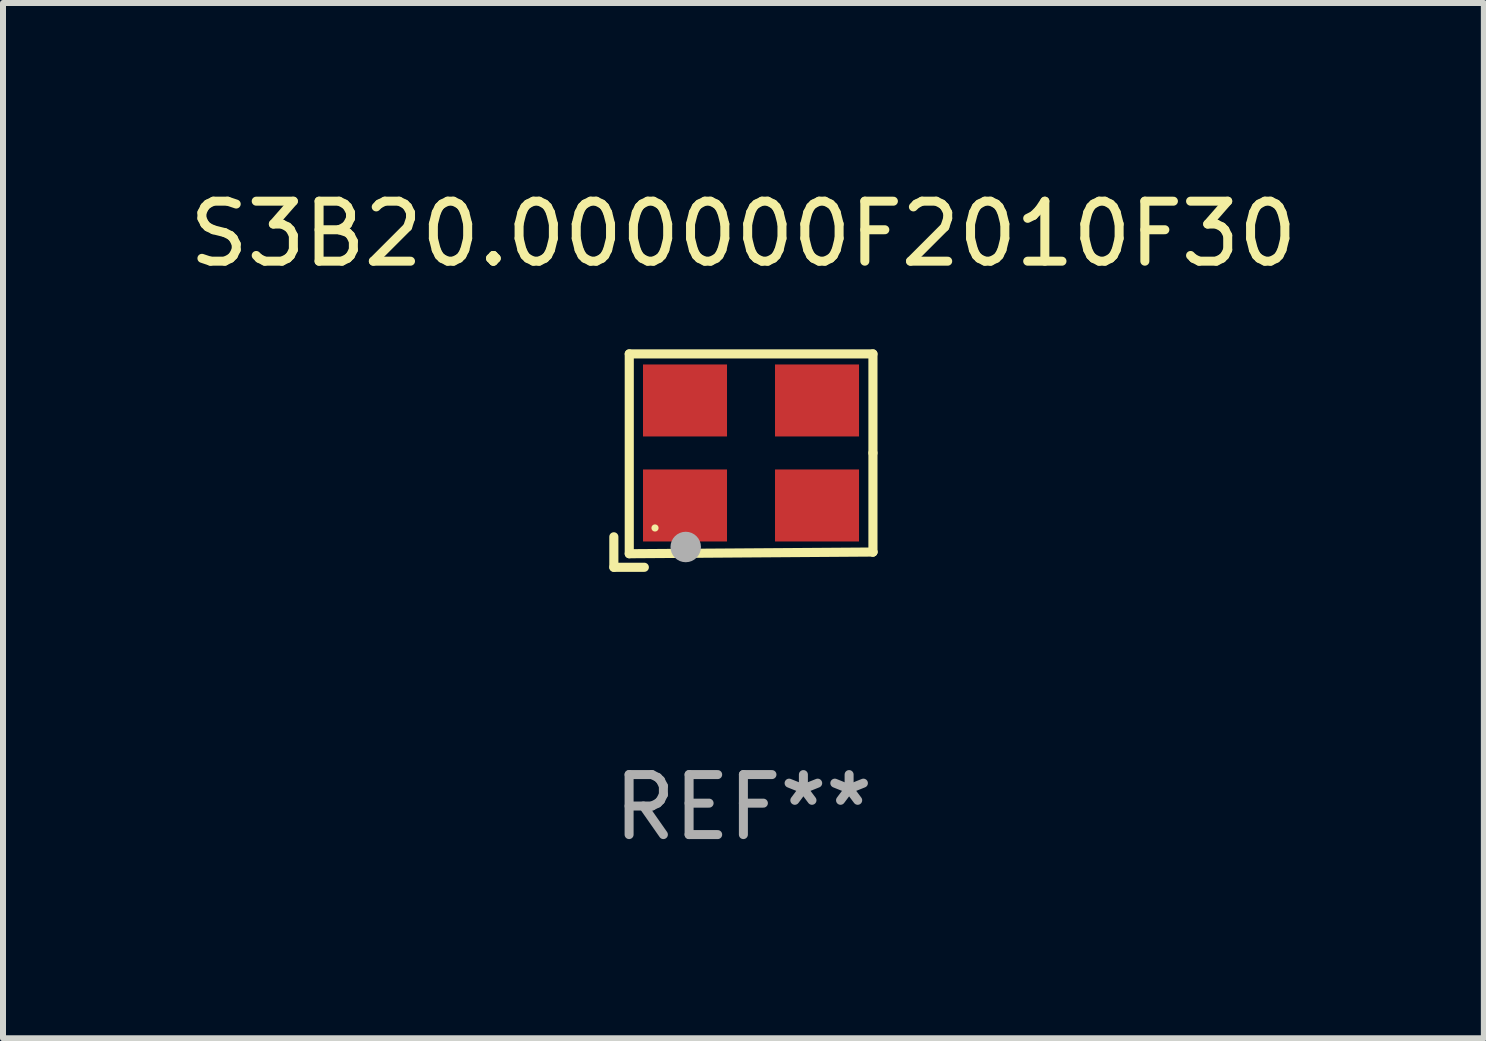
<source format=kicad_pcb>
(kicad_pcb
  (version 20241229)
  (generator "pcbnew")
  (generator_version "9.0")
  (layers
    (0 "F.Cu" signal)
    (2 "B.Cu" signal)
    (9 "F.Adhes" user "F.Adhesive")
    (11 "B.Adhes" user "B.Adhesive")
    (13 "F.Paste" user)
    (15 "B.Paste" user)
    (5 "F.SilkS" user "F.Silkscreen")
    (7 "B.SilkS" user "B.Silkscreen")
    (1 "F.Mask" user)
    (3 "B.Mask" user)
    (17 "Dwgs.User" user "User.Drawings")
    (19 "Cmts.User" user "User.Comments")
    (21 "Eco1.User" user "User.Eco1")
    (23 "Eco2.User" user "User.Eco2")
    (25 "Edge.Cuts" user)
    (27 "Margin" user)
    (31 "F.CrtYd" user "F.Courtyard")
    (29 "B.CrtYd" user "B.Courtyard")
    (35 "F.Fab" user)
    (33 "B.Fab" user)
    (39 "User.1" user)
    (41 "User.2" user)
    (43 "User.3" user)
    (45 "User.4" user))
  (footprint "S3B20.000000F2010F30"
    (layer "F.Cu")
    (at 9.339 4.626)
    (property "Reference" "S3B20.000000F2010F30" (at 0 -3.778 0) (layer "F.SilkS") (effects (font (size 1 1) (thickness 0.15))))
    (attr through_hole)
    (fp_line (start -2.159 1.27) (end -2.159 1.778) (stroke (width 0.152) (type solid)) (layer "F.SilkS"))
    (fp_line (start -2.159 1.778) (end -1.651 1.778) (stroke (width 0.152) (type solid)) (layer "F.SilkS"))
    (fp_line (start -1.902 -1.778) (end 2.159 -1.778) (stroke (width 0.152) (type solid)) (layer "F.SilkS"))
    (fp_line (start -1.902 1.552) (end -1.902 -1.778) (stroke (width 0.152) (type solid)) (layer "F.SilkS"))
    (fp_line (start 2.159 -1.778) (end 2.159 -0.127) (stroke (width 0.152) (type solid)) (layer "F.SilkS"))
    (fp_line (start 2.159 -0.127) (end 2.159 1.524) (stroke (width 0.152) (type solid)) (layer "F.SilkS"))
    (fp_line (start 2.159 1.524) (end -1.902 1.552) (stroke (width 0.152) (type solid)) (layer "F.SilkS"))
    (fp_line (start 2.159 1.524) (end 2.159 1.524) (stroke (width 0.152) (type solid)) (layer "F.SilkS"))
    (fp_circle (center -1.473 1.123) (end -1.443 1.123) (stroke (width 0.06) (type solid)) (fill no) (layer "F.SilkS"))
    (fp_circle (center -0.961 1.44) (end -0.834 1.44) (stroke (width 0.254) (type solid)) (fill no) (layer "F.Fab"))
    (fp_text user "REF**" (at 0 5.778 0) (layer "F.Fab") (effects (font (size 1 1) (thickness 0.15))))
    (pad "1" smd rect (at -0.973 0.748) (size 1.4 1.2) (layers "F.Cu" "F.Mask" "F.Paste"))
    (pad "2" smd rect (at 1.227 0.748) (size 1.4 1.2) (layers "F.Cu" "F.Mask" "F.Paste"))
    (pad "3" smd rect (at 1.227 -1.002) (size 1.4 1.2) (layers "F.Cu" "F.Mask" "F.Paste"))
    (pad "4" smd rect (at -0.973 -1.002) (size 1.4 1.2) (layers "F.Cu" "F.Mask" "F.Paste")))
  (gr_rect
    (start -3 -3)
    (end 21.679 14.253)
    (stroke (width 0.1) (type default))
    (fill no)
    (layer "Edge.Cuts")))
</source>
